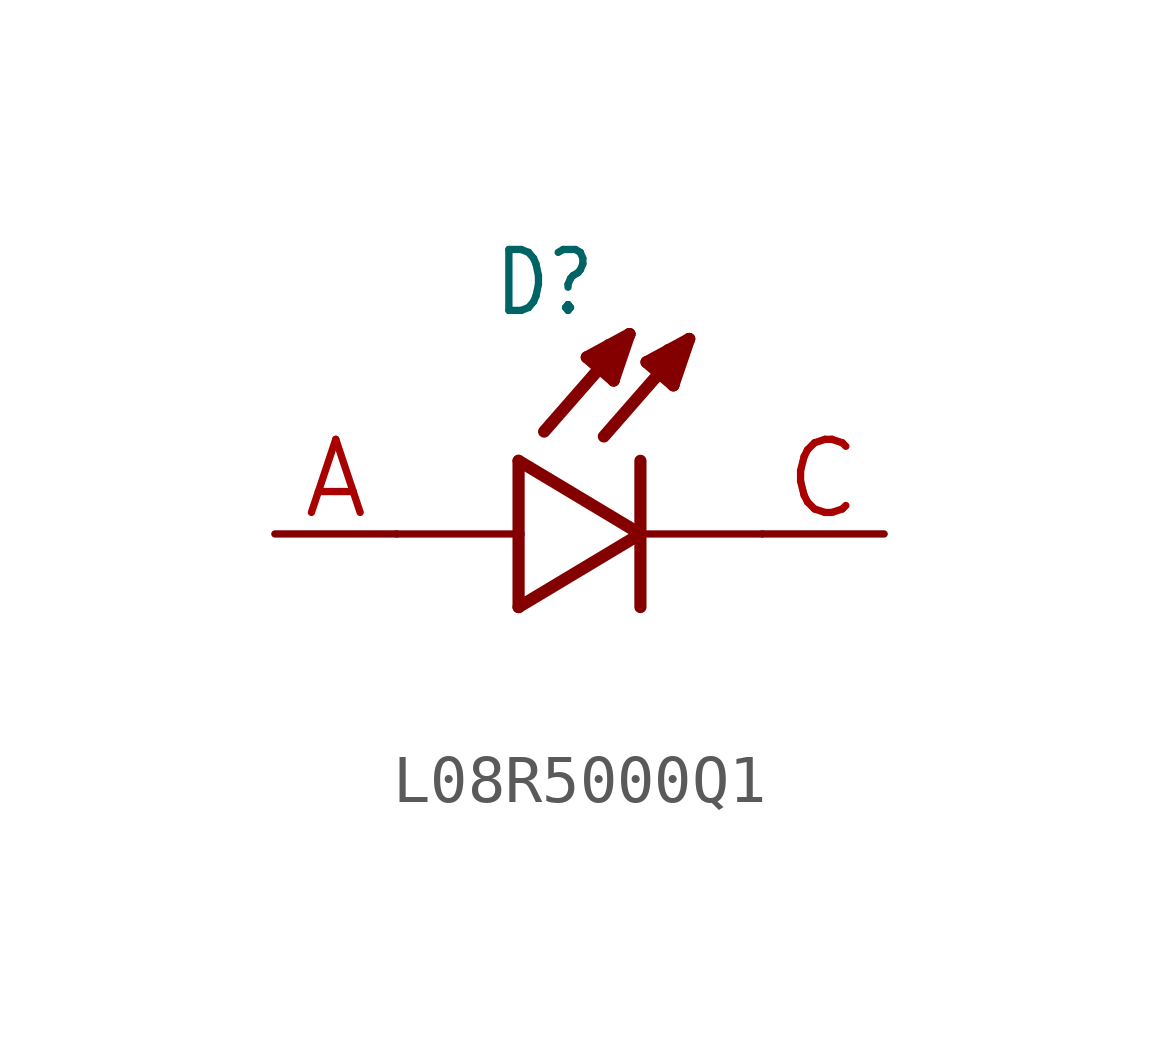
<source format=kicad_sym>
(kicad_symbol_lib
  (version 20241209)
  (generator "kicad_symbol_editor")
  (generator_version "9.0")
  (symbol "L08R5000Q1"
    (property "Reference" "D"
      (at -3.099 4.496 0)
      (effects (font (size 1.27 1.079)) (justify left bottom)))
    (property "Value" ""
      (at -3.556 -3.302 0)
      (effects (font (size 1.27 1.079)) (justify left bottom)))
    (property "ki_locked" ""
      (at 0 0 0)
      (effects (font (size 1.27 1.27))))
    (symbol "L08R5000Q1_1_0"
      (polyline (pts (xy -2.54 1.524) (xy -2.54 0)) (stroke (width 0.254) (type solid)) (fill (type none)))
      (polyline (pts (xy -2.54 0) (xy -5.08 0)) (stroke (width 0.152) (type solid)) (fill (type none)))
      (polyline (pts (xy -2.54 0) (xy -2.54 -1.524)) (stroke (width 0.254) (type solid)) (fill (type none)))
      (polyline (pts (xy -2.54 -1.524) (xy 0 0)) (stroke (width 0.254) (type solid)) (fill (type none)))
      (polyline (pts (xy -1.118 3.683) (xy -0.229 4.166)) (stroke (width 0.254) (type solid)) (fill (type none)))
      (polyline (pts (xy -0.94 3.607) (xy -0.711 3.759)) (stroke (width 0.254) (type solid)) (fill (type none)))
      (polyline (pts (xy -0.559 3.2) (xy -1.118 3.683)) (stroke (width 0.254) (type solid)) (fill (type none)))
      (polyline (pts (xy -0.559 3.2) (xy -0.533 3.937)) (stroke (width 0.254) (type solid)) (fill (type none)))
      (polyline (pts (xy -0.533 3.937) (xy -0.66 3.937)) (stroke (width 0.254) (type solid)) (fill (type none)))
      (polyline (pts (xy -0.229 4.166) (xy -2.007 2.134)) (stroke (width 0.254) (type solid)) (fill (type none)))
      (polyline (pts (xy -0.229 4.166) (xy -0.559 3.2)) (stroke (width 0.254) (type solid)) (fill (type none)))
      (polyline (pts (xy 0 1.524) (xy 0 0)) (stroke (width 0.254) (type solid)) (fill (type none)))
      (polyline (pts (xy 0 0) (xy -2.54 1.524)) (stroke (width 0.254) (type solid)) (fill (type none)))
      (polyline (pts (xy 0 0) (xy 0 -1.524)) (stroke (width 0.254) (type solid)) (fill (type none)))
      (polyline (pts (xy 0.127 3.581) (xy 1.016 4.064)) (stroke (width 0.254) (type solid)) (fill (type none)))
      (polyline (pts (xy 0.305 3.505) (xy 0.533 3.658)) (stroke (width 0.254) (type solid)) (fill (type none)))
      (polyline (pts (xy 0.686 3.099) (xy 0.127 3.581)) (stroke (width 0.254) (type solid)) (fill (type none)))
      (polyline (pts (xy 0.686 3.099) (xy 0.711 3.835)) (stroke (width 0.254) (type solid)) (fill (type none)))
      (polyline (pts (xy 0.711 3.835) (xy 0.584 3.835)) (stroke (width 0.254) (type solid)) (fill (type none)))
      (polyline (pts (xy 1.016 4.064) (xy -0.762 2.032)) (stroke (width 0.254) (type solid)) (fill (type none)))
      (polyline (pts (xy 1.016 4.064) (xy 0.686 3.099)) (stroke (width 0.254) (type solid)) (fill (type none)))
      (polyline (pts (xy 2.54 0) (xy 0 0)) (stroke (width 0.152) (type solid)) (fill (type none)))
      (pin passive line (at -7.62 0 0) (length 2.54) (name "A" (effects (font (size 0 0)))) (number "A" (effects (font (size 1.524 1.524)))))
      (pin passive line (at 5.08 0 180) (length 2.54) (name "C" (effects (font (size 0 0)))) (number "C" (effects (font (size 1.524 1.524))))))))
</source>
